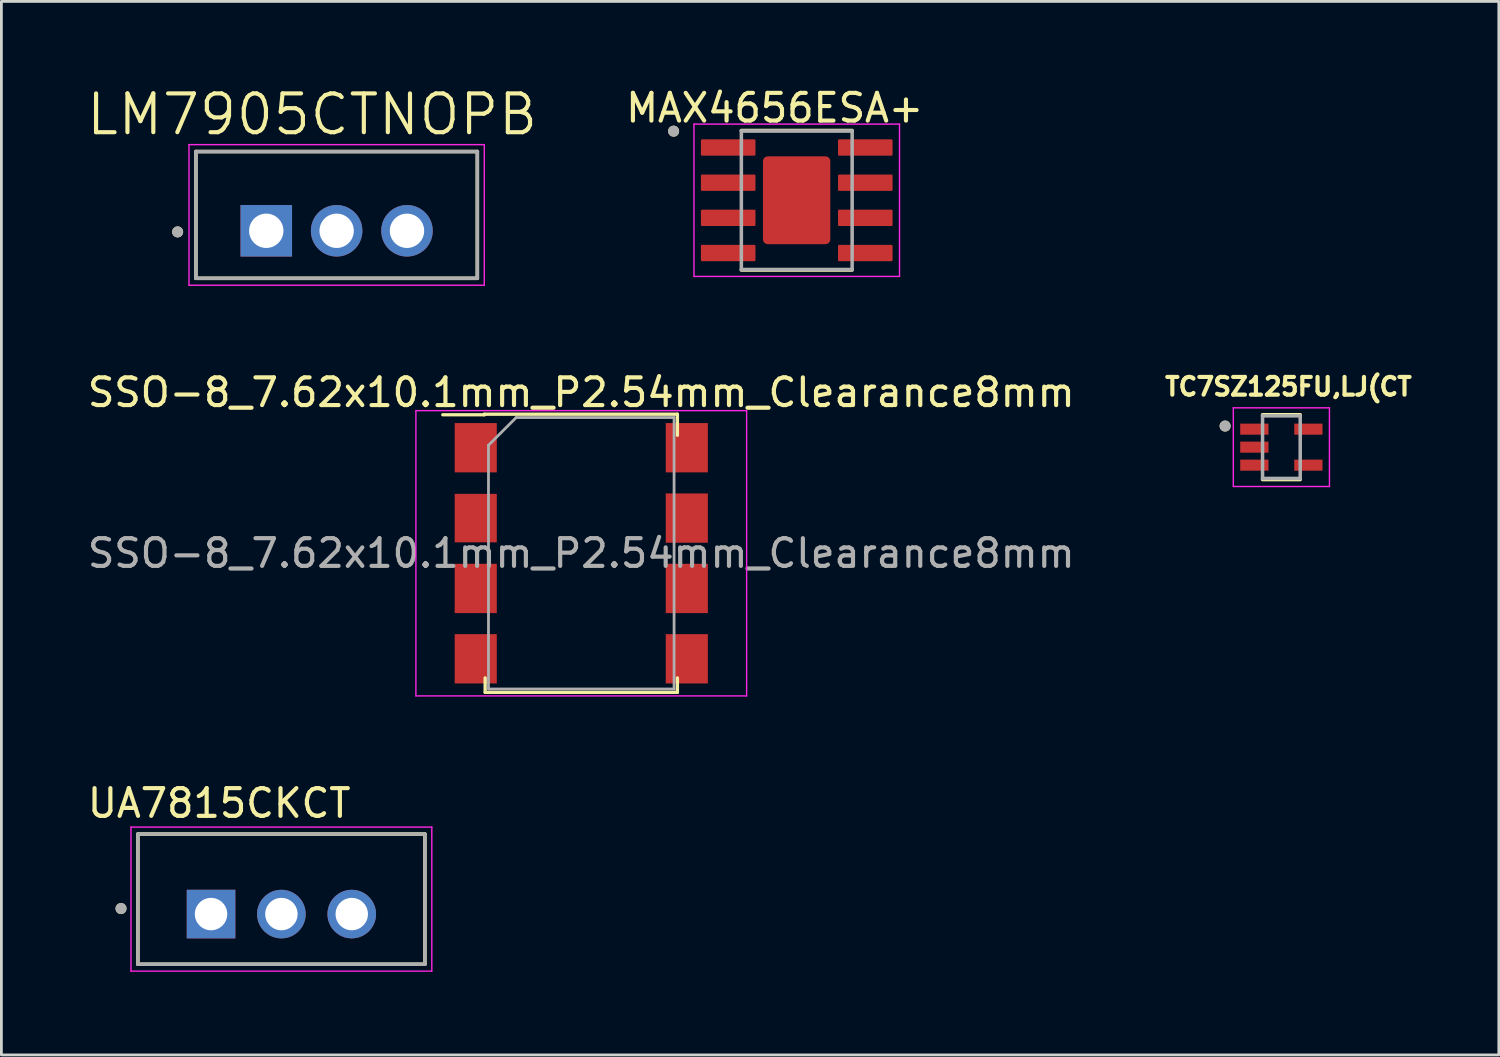
<source format=kicad_pcb>
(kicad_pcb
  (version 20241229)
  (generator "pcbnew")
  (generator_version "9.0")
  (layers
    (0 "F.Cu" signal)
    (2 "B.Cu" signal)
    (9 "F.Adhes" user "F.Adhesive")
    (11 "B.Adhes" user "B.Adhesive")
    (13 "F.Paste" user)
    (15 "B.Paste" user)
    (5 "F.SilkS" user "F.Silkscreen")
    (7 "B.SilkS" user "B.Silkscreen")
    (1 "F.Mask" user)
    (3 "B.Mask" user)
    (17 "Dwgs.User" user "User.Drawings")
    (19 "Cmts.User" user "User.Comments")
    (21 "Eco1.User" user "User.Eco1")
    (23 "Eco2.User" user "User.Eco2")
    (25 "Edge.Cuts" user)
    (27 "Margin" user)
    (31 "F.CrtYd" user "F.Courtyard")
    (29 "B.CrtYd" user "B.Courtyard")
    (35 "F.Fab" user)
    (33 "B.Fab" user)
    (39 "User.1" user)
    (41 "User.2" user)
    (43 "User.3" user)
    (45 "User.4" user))
  (footprint "UA7815CKCT"
    (layer "F.Cu")
    (at 7.109 29.95)
    (property "Reference" "UA7815CKCT" (at -2.246 -4.002 0) (layer "F.SilkS") (effects (font (size 1 1) (thickness 0.15))))
    (attr through_hole)
    (fp_line (start -5.18 -2.89) (end -5.18 1.81) (stroke (width 0.127) (type solid)) (layer "F.SilkS"))
    (fp_line (start -5.18 1.81) (end 5.18 1.81) (stroke (width 0.127) (type solid)) (layer "F.SilkS"))
    (fp_line (start 5.18 -2.89) (end -5.18 -2.89) (stroke (width 0.127) (type solid)) (layer "F.SilkS"))
    (fp_line (start 5.18 1.81) (end 5.18 -2.89) (stroke (width 0.127) (type solid)) (layer "F.SilkS"))
    (fp_circle (center -5.79 -0.2) (end -5.69 -0.2) (stroke (width 0.2) (type solid)) (fill no) (layer "F.SilkS"))
    (fp_line (start -5.43 -3.14) (end -5.43 2.06) (stroke (width 0.05) (type solid)) (layer "F.CrtYd"))
    (fp_line (start -5.43 2.06) (end 5.43 2.06) (stroke (width 0.05) (type solid)) (layer "F.CrtYd"))
    (fp_line (start 5.43 -3.14) (end -5.43 -3.14) (stroke (width 0.05) (type solid)) (layer "F.CrtYd"))
    (fp_line (start 5.43 2.06) (end 5.43 -3.14) (stroke (width 0.05) (type solid)) (layer "F.CrtYd"))
    (fp_line (start -5.18 -2.89) (end -5.18 1.81) (stroke (width 0.127) (type solid)) (layer "F.Fab"))
    (fp_line (start -5.18 1.81) (end 5.18 1.81) (stroke (width 0.127) (type solid)) (layer "F.Fab"))
    (fp_line (start 5.18 -2.89) (end -5.18 -2.89) (stroke (width 0.127) (type solid)) (layer "F.Fab"))
    (fp_line (start 5.18 1.81) (end 5.18 -2.89) (stroke (width 0.127) (type solid)) (layer "F.Fab"))
    (fp_circle (center -5.79 -0.2) (end -5.69 -0.2) (stroke (width 0.2) (type solid)) (fill no) (layer "F.Fab"))
    (pad "1" thru_hole rect (at -2.54 0) (size 1.755 1.755) (drill 1.17) (layers "*.Cu" "*.Mask"))
    (pad "2" thru_hole circle (at 0 0) (size 1.755 1.755) (drill 1.17) (layers "*.Cu" "*.Mask"))
    (pad "3" thru_hole circle (at 2.54 0) (size 1.755 1.755) (drill 1.17) (layers "*.Cu" "*.Mask")))
  (footprint "MAX4656ESA+"
    (layer "F.Cu")
    (at 25.714 4.18)
    (property "Reference" "MAX4656ESA+" (at -0.795 -3.332 0) (layer "F.SilkS") (effects (font (size 1 1) (thickness 0.15))))
    (attr smd)
    (fp_line (start -2 -2.52) (end 2 -2.52) (stroke (width 0.127) (type solid)) (layer "F.SilkS"))
    (fp_line (start -2 2.52) (end 2 2.52) (stroke (width 0.127) (type solid)) (layer "F.SilkS"))
    (fp_circle (center -4.445 -2.495) (end -4.345 -2.495) (stroke (width 0.2) (type solid)) (fill no) (layer "F.SilkS"))
    (fp_line (start -3.71 -2.75) (end -3.71 2.75) (stroke (width 0.05) (type solid)) (layer "F.CrtYd"))
    (fp_line (start -3.71 -2.75) (end 3.71 -2.75) (stroke (width 0.05) (type solid)) (layer "F.CrtYd"))
    (fp_line (start -3.71 2.75) (end 3.71 2.75) (stroke (width 0.05) (type solid)) (layer "F.CrtYd"))
    (fp_line (start 3.71 -2.75) (end 3.71 2.75) (stroke (width 0.05) (type solid)) (layer "F.CrtYd"))
    (fp_line (start -2 -2.5) (end -2 2.5) (stroke (width 0.127) (type solid)) (layer "F.Fab"))
    (fp_line (start -2 -2.5) (end 2 -2.5) (stroke (width 0.127) (type solid)) (layer "F.Fab"))
    (fp_line (start -2 2.5) (end 2 2.5) (stroke (width 0.127) (type solid)) (layer "F.Fab"))
    (fp_line (start 2 -2.5) (end 2 2.5) (stroke (width 0.127) (type solid)) (layer "F.Fab"))
    (fp_circle (center -4.445 -2.495) (end -4.345 -2.495) (stroke (width 0.2) (type solid)) (fill no) (layer "F.Fab"))
    (pad "1" smd roundrect (at -2.475 -1.905) (size 1.97 0.59) (layers "F.Cu" "F.Mask" "F.Paste") (roundrect_rratio 0.07))
    (pad "2" smd roundrect (at -2.475 -0.635) (size 1.97 0.59) (layers "F.Cu" "F.Mask" "F.Paste") (roundrect_rratio 0.07))
    (pad "3" smd roundrect (at -2.475 0.635) (size 1.97 0.59) (layers "F.Cu" "F.Mask" "F.Paste") (roundrect_rratio 0.07))
    (pad "4" smd roundrect (at -2.475 1.905) (size 1.97 0.59) (layers "F.Cu" "F.Mask" "F.Paste") (roundrect_rratio 0.07))
    (pad "4" smd roundrect (at -0.004 0) (size 2.43 3.17) (layers "F.Cu" "F.Mask" "F.Paste") (roundrect_rratio 0.07))
    (pad "5" smd roundrect (at 2.475 1.905) (size 1.97 0.59) (layers "F.Cu" "F.Mask" "F.Paste") (roundrect_rratio 0.07))
    (pad "6" smd roundrect (at 2.475 0.635) (size 1.97 0.59) (layers "F.Cu" "F.Mask" "F.Paste") (roundrect_rratio 0.07))
    (pad "7" smd roundrect (at 2.475 -0.635) (size 1.97 0.59) (layers "F.Cu" "F.Mask" "F.Paste") (roundrect_rratio 0.07))
    (pad "8" smd roundrect (at 2.475 -1.905) (size 1.97 0.59) (layers "F.Cu" "F.Mask" "F.Paste") (roundrect_rratio 0.07)))
  (footprint "LM7905CTNOPB"
    (layer "F.Cu")
    (at 9.103 4.709)
    (property "Reference" "LM7905CTNOPB" (at -0.885 -3.627 0) (layer "F.SilkS") (effects (font (size 1.4 1.4) (thickness 0.15))))
    (attr through_hole)
    (fp_line (start -5.08 -2.288) (end -5.08 2.288) (stroke (width 0.127) (type solid)) (layer "F.SilkS"))
    (fp_line (start -5.08 2.288) (end 5.08 2.288) (stroke (width 0.127) (type solid)) (layer "F.SilkS"))
    (fp_line (start 5.08 -2.288) (end -5.08 -2.288) (stroke (width 0.127) (type solid)) (layer "F.SilkS"))
    (fp_line (start 5.08 2.288) (end 5.08 -2.288) (stroke (width 0.127) (type solid)) (layer "F.SilkS"))
    (fp_circle (center -5.74 0.613) (end -5.64 0.613) (stroke (width 0.2) (type solid)) (fill no) (layer "F.SilkS"))
    (fp_line (start -5.33 -2.538) (end -5.33 2.538) (stroke (width 0.05) (type solid)) (layer "F.CrtYd"))
    (fp_line (start -5.33 2.538) (end 5.33 2.538) (stroke (width 0.05) (type solid)) (layer "F.CrtYd"))
    (fp_line (start 5.33 -2.538) (end -5.33 -2.538) (stroke (width 0.05) (type solid)) (layer "F.CrtYd"))
    (fp_line (start 5.33 2.538) (end 5.33 -2.538) (stroke (width 0.05) (type solid)) (layer "F.CrtYd"))
    (fp_line (start -5.08 -2.288) (end -5.08 2.288) (stroke (width 0.127) (type solid)) (layer "F.Fab"))
    (fp_line (start -5.08 2.288) (end 5.08 2.288) (stroke (width 0.127) (type solid)) (layer "F.Fab"))
    (fp_line (start 5.08 -2.288) (end -5.08 -2.288) (stroke (width 0.127) (type solid)) (layer "F.Fab"))
    (fp_line (start 5.08 2.288) (end 5.08 -2.288) (stroke (width 0.127) (type solid)) (layer "F.Fab"))
    (fp_circle (center -5.74 0.613) (end -5.64 0.613) (stroke (width 0.2) (type solid)) (fill no) (layer "F.Fab"))
    (pad "1" thru_hole rect (at -2.54 0.573) (size 1.86 1.86) (drill 1.24) (layers "*.Cu" "*.Mask"))
    (pad "2" thru_hole circle (at 0 0.573) (size 1.86 1.86) (drill 1.24) (layers "*.Cu" "*.Mask"))
    (pad "3" thru_hole circle (at 2.54 0.573) (size 1.86 1.86) (drill 1.24) (layers "*.Cu" "*.Mask")))
  (footprint "SSO-8_7.62x10.1mm_P2.54mm_Clearance8mm"
    (layer "F.Cu")
    (at 17.935 16.924)
    (property "Reference" "SSO-8_7.62x10.1mm_P2.54mm_Clearance8mm" (at 0 -5.805 0) (layer "F.SilkS") (effects (font (size 1 1) (thickness 0.15))))
    (attr smd)
    (fp_line (start -3.5 -5.02) (end -3.5 -5) (stroke (width 0.12) (type solid)) (layer "F.SilkS"))
    (fp_line (start -3.5 -5) (end -5 -5) (stroke (width 0.12) (type solid)) (layer "F.SilkS"))
    (fp_line (start -3.47 4.5) (end -3.47 5.02) (stroke (width 0.12) (type solid)) (layer "F.SilkS"))
    (fp_line (start -3.47 5.02) (end 3.47 5.02) (stroke (width 0.12) (type solid)) (layer "F.SilkS"))
    (fp_line (start 3.47 -5.02) (end -3.5 -5.02) (stroke (width 0.12) (type solid)) (layer "F.SilkS"))
    (fp_line (start 3.47 -4.26) (end 3.47 -5.02) (stroke (width 0.12) (type solid)) (layer "F.SilkS"))
    (fp_line (start 3.47 5.02) (end 3.47 4.5) (stroke (width 0.12) (type solid)) (layer "F.SilkS"))
    (fp_line (start -5.97 -5.15) (end -5.97 5.15) (stroke (width 0.05) (type solid)) (layer "F.CrtYd"))
    (fp_line (start -5.97 -5.15) (end 5.97 -5.15) (stroke (width 0.05) (type solid)) (layer "F.CrtYd"))
    (fp_line (start 5.97 5.15) (end -5.97 5.15) (stroke (width 0.05) (type solid)) (layer "F.CrtYd"))
    (fp_line (start 5.97 5.15) (end 5.97 -5.15) (stroke (width 0.05) (type solid)) (layer "F.CrtYd"))
    (fp_line (start -3.35 -3.9) (end -3.35 4.9) (stroke (width 0.1) (type solid)) (layer "F.Fab"))
    (fp_line (start -3.35 4.9) (end 3.35 4.9) (stroke (width 0.1) (type solid)) (layer "F.Fab"))
    (fp_line (start -2.35 -4.9) (end -3.35 -3.9) (stroke (width 0.1) (type solid)) (layer "F.Fab"))
    (fp_line (start 3.35 -4.9) (end -2.35 -4.9) (stroke (width 0.1) (type solid)) (layer "F.Fab"))
    (fp_line (start 3.35 4.9) (end 3.35 -4.9) (stroke (width 0.1) (type solid)) (layer "F.Fab"))
    (fp_text user "${REFERENCE}" (at 0 0 0) (layer "F.Fab") (effects (font (size 1 1) (thickness 0.15))))
    (pad "1" smd rect (at -3.81 -3.81) (size 1.52 1.78) (layers "F.Cu" "F.Mask" "F.Paste"))
    (pad "2" smd rect (at -3.81 -1.27) (size 1.52 1.75) (layers "F.Cu" "F.Mask" "F.Paste"))
    (pad "3" smd rect (at -3.81 1.27) (size 1.52 1.78) (layers "F.Cu" "F.Mask" "F.Paste"))
    (pad "4" smd rect (at -3.81 3.81) (size 1.52 1.78) (layers "F.Cu" "F.Mask" "F.Paste"))
    (pad "5" smd rect (at 3.81 3.81) (size 1.52 1.78) (layers "F.Cu" "F.Mask" "F.Paste"))
    (pad "6" smd rect (at 3.81 1.27) (size 1.52 1.78) (layers "F.Cu" "F.Mask" "F.Paste"))
    (pad "7" smd rect (at 3.81 -1.27) (size 1.52 1.78) (layers "F.Cu" "F.Mask" "F.Paste"))
    (pad "8" smd rect (at 3.81 -3.81) (size 1.52 1.78) (layers "F.Cu" "F.Mask" "F.Paste")))
  (footprint "TC7SZ125FU,LJ(CT"
    (layer "F.Cu")
    (at 43.21 13.093)
    (property "Reference" "TC7SZ125FU,LJ(CT" (at 0.254 -2.184 0) (layer "F.SilkS") (effects (font (size 0.64 0.64) (thickness 0.15))))
    (attr smd)
    (fp_line (start -0.68 -1.17) (end 0.68 -1.17) (stroke (width 0.127) (type solid)) (layer "F.SilkS"))
    (fp_line (start -0.68 1.17) (end 0.68 1.17) (stroke (width 0.127) (type solid)) (layer "F.SilkS"))
    (fp_circle (center -2.032 -0.762) (end -1.932 -0.762) (stroke (width 0.2) (type solid)) (fill no) (layer "F.SilkS"))
    (fp_line (start -1.735 -1.42) (end 1.735 -1.42) (stroke (width 0.05) (type solid)) (layer "F.CrtYd"))
    (fp_line (start -1.735 1.42) (end -1.735 -1.42) (stroke (width 0.05) (type solid)) (layer "F.CrtYd"))
    (fp_line (start 1.735 -1.42) (end 1.735 1.42) (stroke (width 0.05) (type solid)) (layer "F.CrtYd"))
    (fp_line (start 1.735 1.42) (end -1.735 1.42) (stroke (width 0.05) (type solid)) (layer "F.CrtYd"))
    (fp_line (start -0.68 -1.13) (end -0.68 1.13) (stroke (width 0.127) (type solid)) (layer "F.Fab"))
    (fp_line (start -0.68 1.13) (end 0.68 1.13) (stroke (width 0.127) (type solid)) (layer "F.Fab"))
    (fp_line (start 0.68 -1.13) (end -0.68 -1.13) (stroke (width 0.127) (type solid)) (layer "F.Fab"))
    (fp_line (start 0.68 1.13) (end 0.68 -1.13) (stroke (width 0.127) (type solid)) (layer "F.Fab"))
    (fp_circle (center -2.032 -0.762) (end -1.932 -0.762) (stroke (width 0.2) (type solid)) (fill no) (layer "F.Fab"))
    (pad "1" smd rect (at -0.975 -0.65) (size 1.02 0.4) (layers "F.Cu" "F.Mask" "F.Paste"))
    (pad "2" smd rect (at -0.975 0) (size 1.02 0.4) (layers "F.Cu" "F.Mask" "F.Paste"))
    (pad "3" smd rect (at -0.975 0.65) (size 1.02 0.4) (layers "F.Cu" "F.Mask" "F.Paste"))
    (pad "4" smd rect (at 0.975 0.65) (size 1.02 0.4) (layers "F.Cu" "F.Mask" "F.Paste"))
    (pad "5" smd rect (at 0.975 -0.65) (size 1.02 0.4) (layers "F.Cu" "F.Mask" "F.Paste")))
  (gr_rect
    (start -3 -3)
    (end 51.06 35.035)
    (stroke (width 0.1) (type default))
    (fill no)
    (layer "Edge.Cuts")))
</source>
